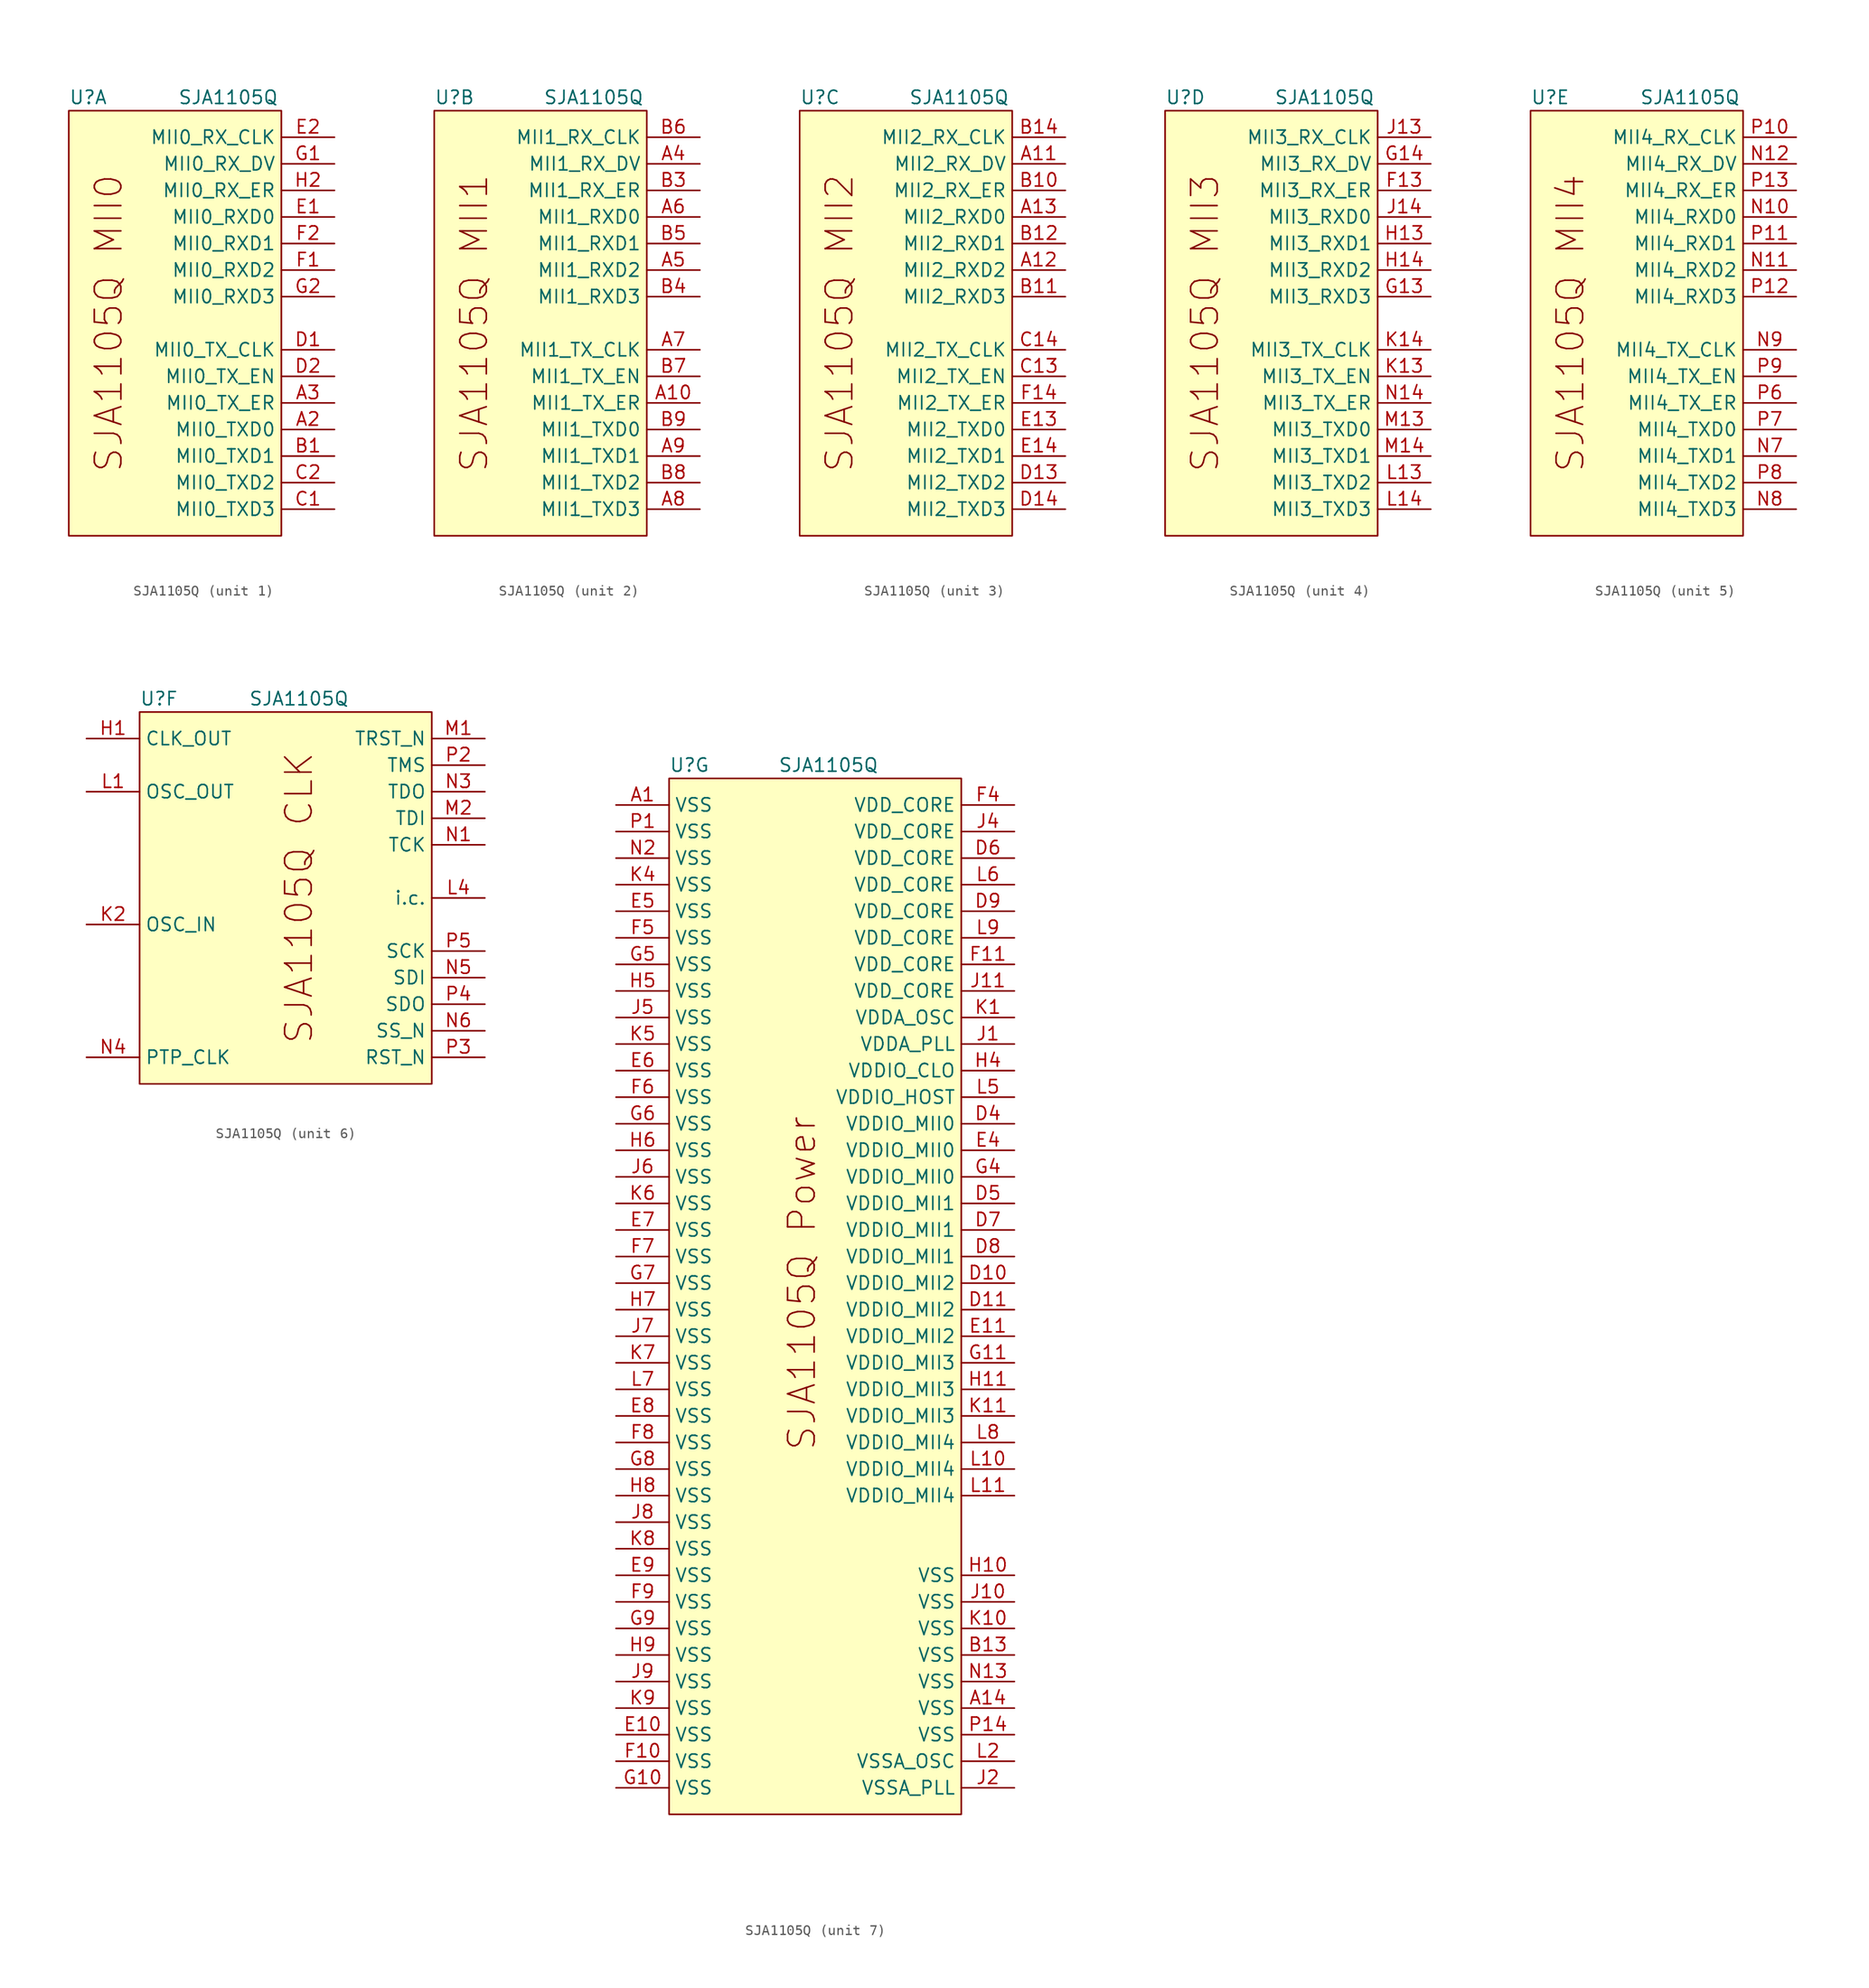
<source format=kicad_sym>
(kicad_symbol_lib
  (version 20211014)
  (generator kicad_symbol_editor)
  (symbol "SJA1105Q"
    (property "Reference" "U"
      (at 0 1.27 0)
      (effects (font (size 1.27 1.27)) (justify left)))
    (property "Value" "SJA1105Q"
      (at 15.24 1.27 0)
      (effects (font (size 1.27 1.27))))
    (property "ki_locked" ""
      (at 0 0 0)
      (effects (font (size 1.27 1.27))))
    (symbol "SJA1105Q_1_1"
      (rectangle (start 0 0) (end 20.32 -40.64) (stroke (width 0) (type default) (color 0 0 0 0)) (fill (type background)))
      (text "SJA1105Q MII0" (at 3.81 -20.32 900) (effects (font (size 2.54 2.54))))
      (pin output line (at 25.4 -30.48 180) (length 5.08) (name "MII0_TXD0" (effects (font (size 1.27 1.27)))) (number "A2" (effects (font (size 1.27 1.27)))))
      (pin output line (at 25.4 -27.94 180) (length 5.08) (name "MII0_TX_ER" (effects (font (size 1.27 1.27)))) (number "A3" (effects (font (size 1.27 1.27)))))
      (pin output line (at 25.4 -33.02 180) (length 5.08) (name "MII0_TXD1" (effects (font (size 1.27 1.27)))) (number "B1" (effects (font (size 1.27 1.27)))))
      (pin output line (at 25.4 -38.1 180) (length 5.08) (name "MII0_TXD3" (effects (font (size 1.27 1.27)))) (number "C1" (effects (font (size 1.27 1.27)))))
      (pin output line (at 25.4 -35.56 180) (length 5.08) (name "MII0_TXD2" (effects (font (size 1.27 1.27)))) (number "C2" (effects (font (size 1.27 1.27)))))
      (pin bidirectional line (at 25.4 -22.86 180) (length 5.08) (name "MII0_TX_CLK" (effects (font (size 1.27 1.27)))) (number "D1" (effects (font (size 1.27 1.27)))))
      (pin output line (at 25.4 -25.4 180) (length 5.08) (name "MII0_TX_EN" (effects (font (size 1.27 1.27)))) (number "D2" (effects (font (size 1.27 1.27)))))
      (pin input line (at 25.4 -10.16 180) (length 5.08) (name "MII0_RXD0" (effects (font (size 1.27 1.27)))) (number "E1" (effects (font (size 1.27 1.27)))))
      (pin bidirectional line (at 25.4 -2.54 180) (length 5.08) (name "MII0_RX_CLK" (effects (font (size 1.27 1.27)))) (number "E2" (effects (font (size 1.27 1.27)))))
      (pin input line (at 25.4 -15.24 180) (length 5.08) (name "MII0_RXD2" (effects (font (size 1.27 1.27)))) (number "F1" (effects (font (size 1.27 1.27)))))
      (pin input line (at 25.4 -12.7 180) (length 5.08) (name "MII0_RXD1" (effects (font (size 1.27 1.27)))) (number "F2" (effects (font (size 1.27 1.27)))))
      (pin input line (at 25.4 -5.08 180) (length 5.08) (name "MII0_RX_DV" (effects (font (size 1.27 1.27)))) (number "G1" (effects (font (size 1.27 1.27)))))
      (pin input line (at 25.4 -17.78 180) (length 5.08) (name "MII0_RXD3" (effects (font (size 1.27 1.27)))) (number "G2" (effects (font (size 1.27 1.27)))))
      (pin input line (at 25.4 -7.62 180) (length 5.08) (name "MII0_RX_ER" (effects (font (size 1.27 1.27)))) (number "H2" (effects (font (size 1.27 1.27))))))
    (symbol "SJA1105Q_2_1"
      (rectangle (start 0 0) (end 20.32 -40.64) (stroke (width 0) (type default) (color 0 0 0 0)) (fill (type background)))
      (text "SJA1105Q MII1" (at 3.81 -20.32 900) (effects (font (size 2.54 2.54))))
      (pin output line (at 25.4 -27.94 180) (length 5.08) (name "MII1_TX_ER" (effects (font (size 1.27 1.27)))) (number "A10" (effects (font (size 1.27 1.27)))))
      (pin input line (at 25.4 -5.08 180) (length 5.08) (name "MII1_RX_DV" (effects (font (size 1.27 1.27)))) (number "A4" (effects (font (size 1.27 1.27)))))
      (pin input line (at 25.4 -15.24 180) (length 5.08) (name "MII1_RXD2" (effects (font (size 1.27 1.27)))) (number "A5" (effects (font (size 1.27 1.27)))))
      (pin input line (at 25.4 -10.16 180) (length 5.08) (name "MII1_RXD0" (effects (font (size 1.27 1.27)))) (number "A6" (effects (font (size 1.27 1.27)))))
      (pin bidirectional line (at 25.4 -22.86 180) (length 5.08) (name "MII1_TX_CLK" (effects (font (size 1.27 1.27)))) (number "A7" (effects (font (size 1.27 1.27)))))
      (pin output line (at 25.4 -38.1 180) (length 5.08) (name "MII1_TXD3" (effects (font (size 1.27 1.27)))) (number "A8" (effects (font (size 1.27 1.27)))))
      (pin output line (at 25.4 -33.02 180) (length 5.08) (name "MII1_TXD1" (effects (font (size 1.27 1.27)))) (number "A9" (effects (font (size 1.27 1.27)))))
      (pin input line (at 25.4 -7.62 180) (length 5.08) (name "MII1_RX_ER" (effects (font (size 1.27 1.27)))) (number "B3" (effects (font (size 1.27 1.27)))))
      (pin input line (at 25.4 -17.78 180) (length 5.08) (name "MII1_RXD3" (effects (font (size 1.27 1.27)))) (number "B4" (effects (font (size 1.27 1.27)))))
      (pin input line (at 25.4 -12.7 180) (length 5.08) (name "MII1_RXD1" (effects (font (size 1.27 1.27)))) (number "B5" (effects (font (size 1.27 1.27)))))
      (pin bidirectional line (at 25.4 -2.54 180) (length 5.08) (name "MII1_RX_CLK" (effects (font (size 1.27 1.27)))) (number "B6" (effects (font (size 1.27 1.27)))))
      (pin output line (at 25.4 -25.4 180) (length 5.08) (name "MII1_TX_EN" (effects (font (size 1.27 1.27)))) (number "B7" (effects (font (size 1.27 1.27)))))
      (pin output line (at 25.4 -35.56 180) (length 5.08) (name "MII1_TXD2" (effects (font (size 1.27 1.27)))) (number "B8" (effects (font (size 1.27 1.27)))))
      (pin output line (at 25.4 -30.48 180) (length 5.08) (name "MII1_TXD0" (effects (font (size 1.27 1.27)))) (number "B9" (effects (font (size 1.27 1.27))))))
    (symbol "SJA1105Q_3_1"
      (rectangle (start 0 0) (end 20.32 -40.64) (stroke (width 0) (type default) (color 0 0 0 0)) (fill (type background)))
      (text "SJA1105Q MII2" (at 3.81 -20.32 900) (effects (font (size 2.54 2.54))))
      (pin input line (at 25.4 -5.08 180) (length 5.08) (name "MII2_RX_DV" (effects (font (size 1.27 1.27)))) (number "A11" (effects (font (size 1.27 1.27)))))
      (pin input line (at 25.4 -15.24 180) (length 5.08) (name "MII2_RXD2" (effects (font (size 1.27 1.27)))) (number "A12" (effects (font (size 1.27 1.27)))))
      (pin input line (at 25.4 -10.16 180) (length 5.08) (name "MII2_RXD0" (effects (font (size 1.27 1.27)))) (number "A13" (effects (font (size 1.27 1.27)))))
      (pin input line (at 25.4 -7.62 180) (length 5.08) (name "MII2_RX_ER" (effects (font (size 1.27 1.27)))) (number "B10" (effects (font (size 1.27 1.27)))))
      (pin input line (at 25.4 -17.78 180) (length 5.08) (name "MII2_RXD3" (effects (font (size 1.27 1.27)))) (number "B11" (effects (font (size 1.27 1.27)))))
      (pin input line (at 25.4 -12.7 180) (length 5.08) (name "MII2_RXD1" (effects (font (size 1.27 1.27)))) (number "B12" (effects (font (size 1.27 1.27)))))
      (pin bidirectional line (at 25.4 -2.54 180) (length 5.08) (name "MII2_RX_CLK" (effects (font (size 1.27 1.27)))) (number "B14" (effects (font (size 1.27 1.27)))))
      (pin output line (at 25.4 -25.4 180) (length 5.08) (name "MII2_TX_EN" (effects (font (size 1.27 1.27)))) (number "C13" (effects (font (size 1.27 1.27)))))
      (pin bidirectional line (at 25.4 -22.86 180) (length 5.08) (name "MII2_TX_CLK" (effects (font (size 1.27 1.27)))) (number "C14" (effects (font (size 1.27 1.27)))))
      (pin output line (at 25.4 -35.56 180) (length 5.08) (name "MII2_TXD2" (effects (font (size 1.27 1.27)))) (number "D13" (effects (font (size 1.27 1.27)))))
      (pin output line (at 25.4 -38.1 180) (length 5.08) (name "MII2_TXD3" (effects (font (size 1.27 1.27)))) (number "D14" (effects (font (size 1.27 1.27)))))
      (pin output line (at 25.4 -30.48 180) (length 5.08) (name "MII2_TXD0" (effects (font (size 1.27 1.27)))) (number "E13" (effects (font (size 1.27 1.27)))))
      (pin output line (at 25.4 -33.02 180) (length 5.08) (name "MII2_TXD1" (effects (font (size 1.27 1.27)))) (number "E14" (effects (font (size 1.27 1.27)))))
      (pin output line (at 25.4 -27.94 180) (length 5.08) (name "MII2_TX_ER" (effects (font (size 1.27 1.27)))) (number "F14" (effects (font (size 1.27 1.27))))))
    (symbol "SJA1105Q_4_1"
      (rectangle (start 0 0) (end 20.32 -40.64) (stroke (width 0) (type default) (color 0 0 0 0)) (fill (type background)))
      (text "SJA1105Q MII3" (at 3.81 -20.32 900) (effects (font (size 2.54 2.54))))
      (pin input line (at 25.4 -7.62 180) (length 5.08) (name "MII3_RX_ER" (effects (font (size 1.27 1.27)))) (number "F13" (effects (font (size 1.27 1.27)))))
      (pin input line (at 25.4 -17.78 180) (length 5.08) (name "MII3_RXD3" (effects (font (size 1.27 1.27)))) (number "G13" (effects (font (size 1.27 1.27)))))
      (pin input line (at 25.4 -5.08 180) (length 5.08) (name "MII3_RX_DV" (effects (font (size 1.27 1.27)))) (number "G14" (effects (font (size 1.27 1.27)))))
      (pin input line (at 25.4 -12.7 180) (length 5.08) (name "MII3_RXD1" (effects (font (size 1.27 1.27)))) (number "H13" (effects (font (size 1.27 1.27)))))
      (pin input line (at 25.4 -15.24 180) (length 5.08) (name "MII3_RXD2" (effects (font (size 1.27 1.27)))) (number "H14" (effects (font (size 1.27 1.27)))))
      (pin bidirectional line (at 25.4 -2.54 180) (length 5.08) (name "MII3_RX_CLK" (effects (font (size 1.27 1.27)))) (number "J13" (effects (font (size 1.27 1.27)))))
      (pin input line (at 25.4 -10.16 180) (length 5.08) (name "MII3_RXD0" (effects (font (size 1.27 1.27)))) (number "J14" (effects (font (size 1.27 1.27)))))
      (pin output line (at 25.4 -25.4 180) (length 5.08) (name "MII3_TX_EN" (effects (font (size 1.27 1.27)))) (number "K13" (effects (font (size 1.27 1.27)))))
      (pin bidirectional line (at 25.4 -22.86 180) (length 5.08) (name "MII3_TX_CLK" (effects (font (size 1.27 1.27)))) (number "K14" (effects (font (size 1.27 1.27)))))
      (pin output line (at 25.4 -35.56 180) (length 5.08) (name "MII3_TXD2" (effects (font (size 1.27 1.27)))) (number "L13" (effects (font (size 1.27 1.27)))))
      (pin output line (at 25.4 -38.1 180) (length 5.08) (name "MII3_TXD3" (effects (font (size 1.27 1.27)))) (number "L14" (effects (font (size 1.27 1.27)))))
      (pin output line (at 25.4 -30.48 180) (length 5.08) (name "MII3_TXD0" (effects (font (size 1.27 1.27)))) (number "M13" (effects (font (size 1.27 1.27)))))
      (pin output line (at 25.4 -33.02 180) (length 5.08) (name "MII3_TXD1" (effects (font (size 1.27 1.27)))) (number "M14" (effects (font (size 1.27 1.27)))))
      (pin output line (at 25.4 -27.94 180) (length 5.08) (name "MII3_TX_ER" (effects (font (size 1.27 1.27)))) (number "N14" (effects (font (size 1.27 1.27))))))
    (symbol "SJA1105Q_5_1"
      (rectangle (start 0 0) (end 20.32 -40.64) (stroke (width 0) (type default) (color 0 0 0 0)) (fill (type background)))
      (text "SJA1105Q MII4" (at 3.81 -20.32 900) (effects (font (size 2.54 2.54))))
      (pin input line (at 25.4 -10.16 180) (length 5.08) (name "MII4_RXD0" (effects (font (size 1.27 1.27)))) (number "N10" (effects (font (size 1.27 1.27)))))
      (pin input line (at 25.4 -15.24 180) (length 5.08) (name "MII4_RXD2" (effects (font (size 1.27 1.27)))) (number "N11" (effects (font (size 1.27 1.27)))))
      (pin input line (at 25.4 -5.08 180) (length 5.08) (name "MII4_RX_DV" (effects (font (size 1.27 1.27)))) (number "N12" (effects (font (size 1.27 1.27)))))
      (pin output line (at 25.4 -33.02 180) (length 5.08) (name "MII4_TXD1" (effects (font (size 1.27 1.27)))) (number "N7" (effects (font (size 1.27 1.27)))))
      (pin output line (at 25.4 -38.1 180) (length 5.08) (name "MII4_TXD3" (effects (font (size 1.27 1.27)))) (number "N8" (effects (font (size 1.27 1.27)))))
      (pin bidirectional line (at 25.4 -22.86 180) (length 5.08) (name "MII4_TX_CLK" (effects (font (size 1.27 1.27)))) (number "N9" (effects (font (size 1.27 1.27)))))
      (pin bidirectional line (at 25.4 -2.54 180) (length 5.08) (name "MII4_RX_CLK" (effects (font (size 1.27 1.27)))) (number "P10" (effects (font (size 1.27 1.27)))))
      (pin input line (at 25.4 -12.7 180) (length 5.08) (name "MII4_RXD1" (effects (font (size 1.27 1.27)))) (number "P11" (effects (font (size 1.27 1.27)))))
      (pin input line (at 25.4 -17.78 180) (length 5.08) (name "MII4_RXD3" (effects (font (size 1.27 1.27)))) (number "P12" (effects (font (size 1.27 1.27)))))
      (pin input line (at 25.4 -7.62 180) (length 5.08) (name "MII4_RX_ER" (effects (font (size 1.27 1.27)))) (number "P13" (effects (font (size 1.27 1.27)))))
      (pin output line (at 25.4 -27.94 180) (length 5.08) (name "MII4_TX_ER" (effects (font (size 1.27 1.27)))) (number "P6" (effects (font (size 1.27 1.27)))))
      (pin output line (at 25.4 -30.48 180) (length 5.08) (name "MII4_TXD0" (effects (font (size 1.27 1.27)))) (number "P7" (effects (font (size 1.27 1.27)))))
      (pin output line (at 25.4 -35.56 180) (length 5.08) (name "MII4_TXD2" (effects (font (size 1.27 1.27)))) (number "P8" (effects (font (size 1.27 1.27)))))
      (pin output line (at 25.4 -25.4 180) (length 5.08) (name "MII4_TX_EN" (effects (font (size 1.27 1.27)))) (number "P9" (effects (font (size 1.27 1.27))))))
    (symbol "SJA1105Q_6_1"
      (rectangle (start 0 0) (end 27.94 -35.56) (stroke (width 0) (type default) (color 0 0 0 0)) (fill (type background)))
      (text "SJA1105Q CLK" (at 15.24 -17.78 900) (effects (font (size 2.54 2.54))))
      (pin output line (at -5.08 -2.54 0) (length 5.08) (name "CLK_OUT" (effects (font (size 1.27 1.27)))) (number "H1" (effects (font (size 1.27 1.27)))))
      (pin input line (at -5.08 -20.32 0) (length 5.08) (name "OSC_IN" (effects (font (size 1.27 1.27)))) (number "K2" (effects (font (size 1.27 1.27)))))
      (pin output line (at -5.08 -7.62 0) (length 5.08) (name "OSC_OUT" (effects (font (size 1.27 1.27)))) (number "L1" (effects (font (size 1.27 1.27)))))
      (pin power_in line (at 33.02 -17.78 180) (length 5.08) (name "i.c." (effects (font (size 1.27 1.27)))) (number "L4" (effects (font (size 1.27 1.27)))))
      (pin input line (at 33.02 -2.54 180) (length 5.08) (name "TRST_N" (effects (font (size 1.27 1.27)))) (number "M1" (effects (font (size 1.27 1.27)))))
      (pin input line (at 33.02 -10.16 180) (length 5.08) (name "TDI" (effects (font (size 1.27 1.27)))) (number "M2" (effects (font (size 1.27 1.27)))))
      (pin input line (at 33.02 -12.7 180) (length 5.08) (name "TCK" (effects (font (size 1.27 1.27)))) (number "N1" (effects (font (size 1.27 1.27)))))
      (pin output line (at 33.02 -7.62 180) (length 5.08) (name "TDO" (effects (font (size 1.27 1.27)))) (number "N3" (effects (font (size 1.27 1.27)))))
      (pin bidirectional line (at -5.08 -33.02 0) (length 5.08) (name "PTP_CLK" (effects (font (size 1.27 1.27)))) (number "N4" (effects (font (size 1.27 1.27)))))
      (pin input line (at 33.02 -25.4 180) (length 5.08) (name "SDI" (effects (font (size 1.27 1.27)))) (number "N5" (effects (font (size 1.27 1.27)))))
      (pin input line (at 33.02 -30.48 180) (length 5.08) (name "SS_N" (effects (font (size 1.27 1.27)))) (number "N6" (effects (font (size 1.27 1.27)))))
      (pin input line (at 33.02 -5.08 180) (length 5.08) (name "TMS" (effects (font (size 1.27 1.27)))) (number "P2" (effects (font (size 1.27 1.27)))))
      (pin input line (at 33.02 -33.02 180) (length 5.08) (name "RST_N" (effects (font (size 1.27 1.27)))) (number "P3" (effects (font (size 1.27 1.27)))))
      (pin output line (at 33.02 -27.94 180) (length 5.08) (name "SDO" (effects (font (size 1.27 1.27)))) (number "P4" (effects (font (size 1.27 1.27)))))
      (pin input line (at 33.02 -22.86 180) (length 5.08) (name "SCK" (effects (font (size 1.27 1.27)))) (number "P5" (effects (font (size 1.27 1.27))))))
    (symbol "SJA1105Q_7_1"
      (rectangle (start 0 0) (end 27.94 -99.06) (stroke (width 0) (type default) (color 0 0 0 0)) (fill (type background)))
      (text "SJA1105Q Power" (at 12.7 -48.26 900) (effects (font (size 2.54 2.54))))
      (pin power_in line (at -5.08 -2.54 0) (length 5.08) (name "VSS" (effects (font (size 1.27 1.27)))) (number "A1" (effects (font (size 1.27 1.27)))))
      (pin power_in line (at 33.02 -88.9 180) (length 5.08) (name "VSS" (effects (font (size 1.27 1.27)))) (number "A14" (effects (font (size 1.27 1.27)))))
      (pin power_in line (at 33.02 -83.82 180) (length 5.08) (name "VSS" (effects (font (size 1.27 1.27)))) (number "B13" (effects (font (size 1.27 1.27)))))
      (pin power_in line (at 33.02 -48.26 180) (length 5.08) (name "VDDIO_MII2" (effects (font (size 1.27 1.27)))) (number "D10" (effects (font (size 1.27 1.27)))))
      (pin power_in line (at 33.02 -50.8 180) (length 5.08) (name "VDDIO_MII2" (effects (font (size 1.27 1.27)))) (number "D11" (effects (font (size 1.27 1.27)))))
      (pin power_in line (at 33.02 -33.02 180) (length 5.08) (name "VDDIO_MII0" (effects (font (size 1.27 1.27)))) (number "D4" (effects (font (size 1.27 1.27)))))
      (pin power_in line (at 33.02 -40.64 180) (length 5.08) (name "VDDIO_MII1" (effects (font (size 1.27 1.27)))) (number "D5" (effects (font (size 1.27 1.27)))))
      (pin power_in line (at 33.02 -7.62 180) (length 5.08) (name "VDD_CORE" (effects (font (size 1.27 1.27)))) (number "D6" (effects (font (size 1.27 1.27)))))
      (pin power_in line (at 33.02 -43.18 180) (length 5.08) (name "VDDIO_MII1" (effects (font (size 1.27 1.27)))) (number "D7" (effects (font (size 1.27 1.27)))))
      (pin power_in line (at 33.02 -45.72 180) (length 5.08) (name "VDDIO_MII1" (effects (font (size 1.27 1.27)))) (number "D8" (effects (font (size 1.27 1.27)))))
      (pin power_in line (at 33.02 -12.7 180) (length 5.08) (name "VDD_CORE" (effects (font (size 1.27 1.27)))) (number "D9" (effects (font (size 1.27 1.27)))))
      (pin power_in line (at -5.08 -91.44 0) (length 5.08) (name "VSS" (effects (font (size 1.27 1.27)))) (number "E10" (effects (font (size 1.27 1.27)))))
      (pin power_in line (at 33.02 -53.34 180) (length 5.08) (name "VDDIO_MII2" (effects (font (size 1.27 1.27)))) (number "E11" (effects (font (size 1.27 1.27)))))
      (pin power_in line (at 33.02 -35.56 180) (length 5.08) (name "VDDIO_MII0" (effects (font (size 1.27 1.27)))) (number "E4" (effects (font (size 1.27 1.27)))))
      (pin power_in line (at -5.08 -12.7 0) (length 5.08) (name "VSS" (effects (font (size 1.27 1.27)))) (number "E5" (effects (font (size 1.27 1.27)))))
      (pin power_in line (at -5.08 -27.94 0) (length 5.08) (name "VSS" (effects (font (size 1.27 1.27)))) (number "E6" (effects (font (size 1.27 1.27)))))
      (pin power_in line (at -5.08 -43.18 0) (length 5.08) (name "VSS" (effects (font (size 1.27 1.27)))) (number "E7" (effects (font (size 1.27 1.27)))))
      (pin power_in line (at -5.08 -60.96 0) (length 5.08) (name "VSS" (effects (font (size 1.27 1.27)))) (number "E8" (effects (font (size 1.27 1.27)))))
      (pin power_in line (at -5.08 -76.2 0) (length 5.08) (name "VSS" (effects (font (size 1.27 1.27)))) (number "E9" (effects (font (size 1.27 1.27)))))
      (pin power_in line (at -5.08 -93.98 0) (length 5.08) (name "VSS" (effects (font (size 1.27 1.27)))) (number "F10" (effects (font (size 1.27 1.27)))))
      (pin power_in line (at 33.02 -17.78 180) (length 5.08) (name "VDD_CORE" (effects (font (size 1.27 1.27)))) (number "F11" (effects (font (size 1.27 1.27)))))
      (pin power_in line (at 33.02 -2.54 180) (length 5.08) (name "VDD_CORE" (effects (font (size 1.27 1.27)))) (number "F4" (effects (font (size 1.27 1.27)))))
      (pin power_in line (at -5.08 -15.24 0) (length 5.08) (name "VSS" (effects (font (size 1.27 1.27)))) (number "F5" (effects (font (size 1.27 1.27)))))
      (pin power_in line (at -5.08 -30.48 0) (length 5.08) (name "VSS" (effects (font (size 1.27 1.27)))) (number "F6" (effects (font (size 1.27 1.27)))))
      (pin power_in line (at -5.08 -45.72 0) (length 5.08) (name "VSS" (effects (font (size 1.27 1.27)))) (number "F7" (effects (font (size 1.27 1.27)))))
      (pin power_in line (at -5.08 -63.5 0) (length 5.08) (name "VSS" (effects (font (size 1.27 1.27)))) (number "F8" (effects (font (size 1.27 1.27)))))
      (pin power_in line (at -5.08 -78.74 0) (length 5.08) (name "VSS" (effects (font (size 1.27 1.27)))) (number "F9" (effects (font (size 1.27 1.27)))))
      (pin power_in line (at -5.08 -96.52 0) (length 5.08) (name "VSS" (effects (font (size 1.27 1.27)))) (number "G10" (effects (font (size 1.27 1.27)))))
      (pin power_in line (at 33.02 -55.88 180) (length 5.08) (name "VDDIO_MII3" (effects (font (size 1.27 1.27)))) (number "G11" (effects (font (size 1.27 1.27)))))
      (pin power_in line (at 33.02 -38.1 180) (length 5.08) (name "VDDIO_MII0" (effects (font (size 1.27 1.27)))) (number "G4" (effects (font (size 1.27 1.27)))))
      (pin power_in line (at -5.08 -17.78 0) (length 5.08) (name "VSS" (effects (font (size 1.27 1.27)))) (number "G5" (effects (font (size 1.27 1.27)))))
      (pin power_in line (at -5.08 -33.02 0) (length 5.08) (name "VSS" (effects (font (size 1.27 1.27)))) (number "G6" (effects (font (size 1.27 1.27)))))
      (pin power_in line (at -5.08 -48.26 0) (length 5.08) (name "VSS" (effects (font (size 1.27 1.27)))) (number "G7" (effects (font (size 1.27 1.27)))))
      (pin power_in line (at -5.08 -66.04 0) (length 5.08) (name "VSS" (effects (font (size 1.27 1.27)))) (number "G8" (effects (font (size 1.27 1.27)))))
      (pin power_in line (at -5.08 -81.28 0) (length 5.08) (name "VSS" (effects (font (size 1.27 1.27)))) (number "G9" (effects (font (size 1.27 1.27)))))
      (pin power_in line (at 33.02 -76.2 180) (length 5.08) (name "VSS" (effects (font (size 1.27 1.27)))) (number "H10" (effects (font (size 1.27 1.27)))))
      (pin power_in line (at 33.02 -58.42 180) (length 5.08) (name "VDDIO_MII3" (effects (font (size 1.27 1.27)))) (number "H11" (effects (font (size 1.27 1.27)))))
      (pin power_in line (at 33.02 -27.94 180) (length 5.08) (name "VDDIO_CLO" (effects (font (size 1.27 1.27)))) (number "H4" (effects (font (size 1.27 1.27)))))
      (pin power_in line (at -5.08 -20.32 0) (length 5.08) (name "VSS" (effects (font (size 1.27 1.27)))) (number "H5" (effects (font (size 1.27 1.27)))))
      (pin power_in line (at -5.08 -35.56 0) (length 5.08) (name "VSS" (effects (font (size 1.27 1.27)))) (number "H6" (effects (font (size 1.27 1.27)))))
      (pin power_in line (at -5.08 -50.8 0) (length 5.08) (name "VSS" (effects (font (size 1.27 1.27)))) (number "H7" (effects (font (size 1.27 1.27)))))
      (pin power_in line (at -5.08 -68.58 0) (length 5.08) (name "VSS" (effects (font (size 1.27 1.27)))) (number "H8" (effects (font (size 1.27 1.27)))))
      (pin power_in line (at -5.08 -83.82 0) (length 5.08) (name "VSS" (effects (font (size 1.27 1.27)))) (number "H9" (effects (font (size 1.27 1.27)))))
      (pin power_in line (at 33.02 -25.4 180) (length 5.08) (name "VDDA_PLL" (effects (font (size 1.27 1.27)))) (number "J1" (effects (font (size 1.27 1.27)))))
      (pin power_in line (at 33.02 -78.74 180) (length 5.08) (name "VSS" (effects (font (size 1.27 1.27)))) (number "J10" (effects (font (size 1.27 1.27)))))
      (pin power_in line (at 33.02 -20.32 180) (length 5.08) (name "VDD_CORE" (effects (font (size 1.27 1.27)))) (number "J11" (effects (font (size 1.27 1.27)))))
      (pin power_in line (at 33.02 -96.52 180) (length 5.08) (name "VSSA_PLL" (effects (font (size 1.27 1.27)))) (number "J2" (effects (font (size 1.27 1.27)))))
      (pin power_in line (at 33.02 -5.08 180) (length 5.08) (name "VDD_CORE" (effects (font (size 1.27 1.27)))) (number "J4" (effects (font (size 1.27 1.27)))))
      (pin power_in line (at -5.08 -22.86 0) (length 5.08) (name "VSS" (effects (font (size 1.27 1.27)))) (number "J5" (effects (font (size 1.27 1.27)))))
      (pin power_in line (at -5.08 -38.1 0) (length 5.08) (name "VSS" (effects (font (size 1.27 1.27)))) (number "J6" (effects (font (size 1.27 1.27)))))
      (pin power_in line (at -5.08 -53.34 0) (length 5.08) (name "VSS" (effects (font (size 1.27 1.27)))) (number "J7" (effects (font (size 1.27 1.27)))))
      (pin power_in line (at -5.08 -71.12 0) (length 5.08) (name "VSS" (effects (font (size 1.27 1.27)))) (number "J8" (effects (font (size 1.27 1.27)))))
      (pin power_in line (at -5.08 -86.36 0) (length 5.08) (name "VSS" (effects (font (size 1.27 1.27)))) (number "J9" (effects (font (size 1.27 1.27)))))
      (pin power_in line (at 33.02 -22.86 180) (length 5.08) (name "VDDA_OSC" (effects (font (size 1.27 1.27)))) (number "K1" (effects (font (size 1.27 1.27)))))
      (pin power_in line (at 33.02 -81.28 180) (length 5.08) (name "VSS" (effects (font (size 1.27 1.27)))) (number "K10" (effects (font (size 1.27 1.27)))))
      (pin power_in line (at 33.02 -60.96 180) (length 5.08) (name "VDDIO_MII3" (effects (font (size 1.27 1.27)))) (number "K11" (effects (font (size 1.27 1.27)))))
      (pin power_in line (at -5.08 -10.16 0) (length 5.08) (name "VSS" (effects (font (size 1.27 1.27)))) (number "K4" (effects (font (size 1.27 1.27)))))
      (pin power_in line (at -5.08 -25.4 0) (length 5.08) (name "VSS" (effects (font (size 1.27 1.27)))) (number "K5" (effects (font (size 1.27 1.27)))))
      (pin power_in line (at -5.08 -40.64 0) (length 5.08) (name "VSS" (effects (font (size 1.27 1.27)))) (number "K6" (effects (font (size 1.27 1.27)))))
      (pin power_in line (at -5.08 -55.88 0) (length 5.08) (name "VSS" (effects (font (size 1.27 1.27)))) (number "K7" (effects (font (size 1.27 1.27)))))
      (pin power_in line (at -5.08 -73.66 0) (length 5.08) (name "VSS" (effects (font (size 1.27 1.27)))) (number "K8" (effects (font (size 1.27 1.27)))))
      (pin power_in line (at -5.08 -88.9 0) (length 5.08) (name "VSS" (effects (font (size 1.27 1.27)))) (number "K9" (effects (font (size 1.27 1.27)))))
      (pin power_in line (at 33.02 -66.04 180) (length 5.08) (name "VDDIO_MII4" (effects (font (size 1.27 1.27)))) (number "L10" (effects (font (size 1.27 1.27)))))
      (pin power_in line (at 33.02 -68.58 180) (length 5.08) (name "VDDIO_MII4" (effects (font (size 1.27 1.27)))) (number "L11" (effects (font (size 1.27 1.27)))))
      (pin power_in line (at 33.02 -93.98 180) (length 5.08) (name "VSSA_OSC" (effects (font (size 1.27 1.27)))) (number "L2" (effects (font (size 1.27 1.27)))))
      (pin power_in line (at 33.02 -30.48 180) (length 5.08) (name "VDDIO_HOST" (effects (font (size 1.27 1.27)))) (number "L5" (effects (font (size 1.27 1.27)))))
      (pin power_in line (at 33.02 -10.16 180) (length 5.08) (name "VDD_CORE" (effects (font (size 1.27 1.27)))) (number "L6" (effects (font (size 1.27 1.27)))))
      (pin power_in line (at -5.08 -58.42 0) (length 5.08) (name "VSS" (effects (font (size 1.27 1.27)))) (number "L7" (effects (font (size 1.27 1.27)))))
      (pin power_in line (at 33.02 -63.5 180) (length 5.08) (name "VDDIO_MII4" (effects (font (size 1.27 1.27)))) (number "L8" (effects (font (size 1.27 1.27)))))
      (pin power_in line (at 33.02 -15.24 180) (length 5.08) (name "VDD_CORE" (effects (font (size 1.27 1.27)))) (number "L9" (effects (font (size 1.27 1.27)))))
      (pin power_in line (at 33.02 -86.36 180) (length 5.08) (name "VSS" (effects (font (size 1.27 1.27)))) (number "N13" (effects (font (size 1.27 1.27)))))
      (pin power_in line (at -5.08 -7.62 0) (length 5.08) (name "VSS" (effects (font (size 1.27 1.27)))) (number "N2" (effects (font (size 1.27 1.27)))))
      (pin power_in line (at -5.08 -5.08 0) (length 5.08) (name "VSS" (effects (font (size 1.27 1.27)))) (number "P1" (effects (font (size 1.27 1.27)))))
      (pin power_in line (at 33.02 -91.44 180) (length 5.08) (name "VSS" (effects (font (size 1.27 1.27)))) (number "P14" (effects (font (size 1.27 1.27))))))))
</source>
